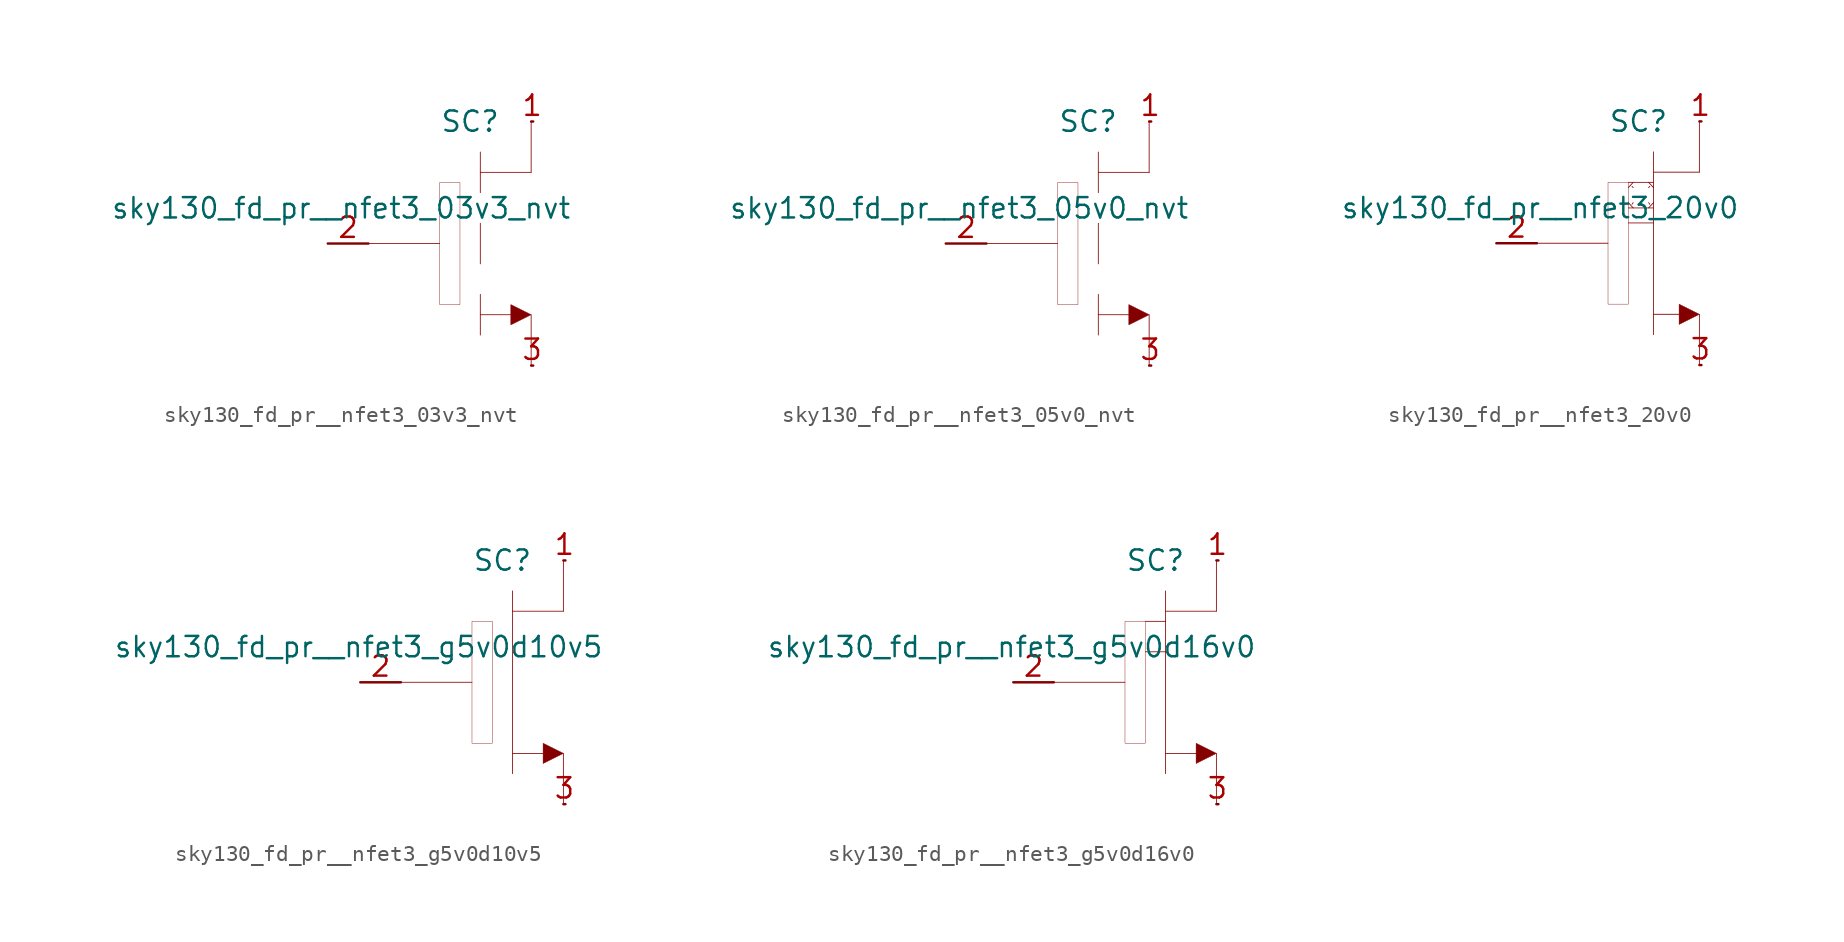
<source format=kicad_sym>
(kicad_symbol_lib
  (version 20211014)
  (generator kicad_symbol_editor)
  (symbol "sky130_fd_pr__nfet3_03v3_nvt"
    (pin_names hide)
    (property "Reference" "SC"
      (at 1.27 7.62 0)
      (effects (font (size 1.27 1.27))))
    (property "Value" "sky130_fd_pr__nfet3_03v3_nvt"
      (at 7.62 2.21 0)
      (effects (font (size 1.27 1.27)) (justify right)))
    (symbol "sky130_fd_pr__nfet3_03v3_nvt_0_0"
      (polyline (pts (xy -5.08 0) (xy -0.635 0)) (stroke (width 0.051) (type default) (color 0 0 0 0)) (fill (type none)))
      (polyline (pts (xy 1.905 -4.445) (xy 3.81 -4.445)) (stroke (width 0.051) (type default) (color 0 0 0 0)) (fill (type none)))
      (polyline (pts (xy 1.905 -3.175) (xy 1.905 -5.715)) (stroke (width 0.051) (type default) (color 0 0 0 0)) (fill (type none)))
      (polyline (pts (xy 1.905 1.27) (xy 1.905 -1.27)) (stroke (width 0.051) (type default) (color 0 0 0 0)) (fill (type none)))
      (polyline (pts (xy 1.905 4.445) (xy 5.08 4.445)) (stroke (width 0.051) (type default) (color 0 0 0 0)) (fill (type none)))
      (polyline (pts (xy 1.905 5.715) (xy 1.905 3.175)) (stroke (width 0.051) (type default) (color 0 0 0 0)) (fill (type none)))
      (polyline (pts (xy 5.08 -4.445) (xy 5.08 -7.62)) (stroke (width 0.051) (type default) (color 0 0 0 0)) (fill (type none)))
      (polyline (pts (xy 5.08 7.62) (xy 5.08 4.445)) (stroke (width 0.051) (type default) (color 0 0 0 0)) (fill (type none)))
      (polyline (pts (xy 3.81 -3.81) (xy 5.08 -4.445) (xy 3.81 -5.08) (xy 3.81 -3.81)) (stroke (width 0.025) (type default) (color 0 0 0 0)) (fill (type outline)))
      (polyline (pts (xy -0.635 -3.81) (xy -0.635 3.81) (xy 0.635 3.81) (xy 0.635 -3.81) (xy -0.635 -3.81)) (stroke (width 0.025) (type default) (color 0 0 0 0)) (fill (type none))))
    (symbol "sky130_fd_pr__nfet3_03v3_nvt_1_1"
      (pin bidirectional line (at 5.08 7.62 0) (length 0.127) (name "D" (effects (font (size 1.092 1.092)))) (number "1" (effects (font (size 1.27 1.27)))))
      (pin input line (at -7.62 0 0) (length 2.54) (name "G" (effects (font (size 1.092 1.092)))) (number "2" (effects (font (size 1.27 1.27)))))
      (pin bidirectional line (at 5.08 -7.62 0) (length 0.127) (name "S" (effects (font (size 1.092 1.092)))) (number "3" (effects (font (size 1.27 1.27)))))))
  (symbol "sky130_fd_pr__nfet3_05v0_nvt"
    (pin_names hide)
    (property "Reference" "SC"
      (at 1.27 7.62 0)
      (effects (font (size 1.27 1.27))))
    (property "Value" "sky130_fd_pr__nfet3_05v0_nvt"
      (at 7.62 2.21 0)
      (effects (font (size 1.27 1.27)) (justify right)))
    (symbol "sky130_fd_pr__nfet3_05v0_nvt_0_0"
      (polyline (pts (xy -5.08 0) (xy -0.635 0)) (stroke (width 0.051) (type default) (color 0 0 0 0)) (fill (type none)))
      (polyline (pts (xy 1.905 -4.445) (xy 3.81 -4.445)) (stroke (width 0.051) (type default) (color 0 0 0 0)) (fill (type none)))
      (polyline (pts (xy 1.905 -3.175) (xy 1.905 -5.715)) (stroke (width 0.051) (type default) (color 0 0 0 0)) (fill (type none)))
      (polyline (pts (xy 1.905 1.27) (xy 1.905 -1.27)) (stroke (width 0.051) (type default) (color 0 0 0 0)) (fill (type none)))
      (polyline (pts (xy 1.905 4.445) (xy 5.08 4.445)) (stroke (width 0.051) (type default) (color 0 0 0 0)) (fill (type none)))
      (polyline (pts (xy 1.905 5.715) (xy 1.905 3.175)) (stroke (width 0.051) (type default) (color 0 0 0 0)) (fill (type none)))
      (polyline (pts (xy 5.08 -4.445) (xy 5.08 -7.62)) (stroke (width 0.051) (type default) (color 0 0 0 0)) (fill (type none)))
      (polyline (pts (xy 5.08 7.62) (xy 5.08 4.445)) (stroke (width 0.051) (type default) (color 0 0 0 0)) (fill (type none)))
      (polyline (pts (xy 3.81 -3.81) (xy 5.08 -4.445) (xy 3.81 -5.08) (xy 3.81 -3.81)) (stroke (width 0.025) (type default) (color 0 0 0 0)) (fill (type outline)))
      (polyline (pts (xy -0.635 -3.81) (xy -0.635 3.81) (xy 0.635 3.81) (xy 0.635 -3.81) (xy -0.635 -3.81)) (stroke (width 0.025) (type default) (color 0 0 0 0)) (fill (type none))))
    (symbol "sky130_fd_pr__nfet3_05v0_nvt_1_1"
      (pin bidirectional line (at 5.08 7.62 0) (length 0.127) (name "D" (effects (font (size 1.092 1.092)))) (number "1" (effects (font (size 1.27 1.27)))))
      (pin input line (at -7.62 0 0) (length 2.54) (name "G" (effects (font (size 1.092 1.092)))) (number "2" (effects (font (size 1.27 1.27)))))
      (pin bidirectional line (at 5.08 -7.62 0) (length 0.127) (name "S" (effects (font (size 1.092 1.092)))) (number "3" (effects (font (size 1.27 1.27)))))))
  (symbol "sky130_fd_pr__nfet3_20v0"
    (pin_names hide)
    (property "Reference" "SC"
      (at 1.27 7.62 0)
      (effects (font (size 1.27 1.27))))
    (property "Value" "sky130_fd_pr__nfet3_20v0"
      (at 7.62 2.21 0)
      (effects (font (size 1.27 1.27)) (justify right)))
    (symbol "sky130_fd_pr__nfet3_20v0_0_0"
      (polyline (pts (xy -5.08 0) (xy -0.635 0)) (stroke (width 0.051) (type default) (color 0 0 0 0)) (fill (type none)))
      (polyline (pts (xy 0.635 1.27) (xy 2.21 1.27)) (stroke (width 0.051) (type default) (color 0 0 0 0)) (fill (type none)))
      (polyline (pts (xy 0.635 2.21) (xy 2.21 2.21)) (stroke (width 0.051) (type default) (color 0 0 0 0)) (fill (type none)))
      (polyline (pts (xy 0.635 2.54) (xy 0.94 2.21)) (stroke (width 0.051) (type default) (color 0 0 0 0)) (fill (type none)))
      (polyline (pts (xy 0.635 3.48) (xy 0.94 3.81)) (stroke (width 0.051) (type default) (color 0 0 0 0)) (fill (type none)))
      (polyline (pts (xy 0.635 3.81) (xy 2.21 3.81)) (stroke (width 0.051) (type default) (color 0 0 0 0)) (fill (type none)))
      (polyline (pts (xy 0.864 2.438) (xy 0.94 2.54)) (stroke (width 0.051) (type default) (color 0 0 0 0)) (fill (type none)))
      (polyline (pts (xy 0.864 3.556) (xy 0.94 3.48)) (stroke (width 0.051) (type default) (color 0 0 0 0)) (fill (type none)))
      (polyline (pts (xy 1.905 2.21) (xy 2.21 2.54)) (stroke (width 0.051) (type default) (color 0 0 0 0)) (fill (type none)))
      (polyline (pts (xy 1.905 2.54) (xy 1.981 2.438)) (stroke (width 0.051) (type default) (color 0 0 0 0)) (fill (type none)))
      (polyline (pts (xy 1.905 3.48) (xy 1.981 3.556)) (stroke (width 0.051) (type default) (color 0 0 0 0)) (fill (type none)))
      (polyline (pts (xy 1.905 3.81) (xy 2.21 3.48)) (stroke (width 0.051) (type default) (color 0 0 0 0)) (fill (type none)))
      (polyline (pts (xy 2.21 -4.445) (xy 3.81 -4.445)) (stroke (width 0.051) (type default) (color 0 0 0 0)) (fill (type none)))
      (polyline (pts (xy 2.21 4.445) (xy 5.08 4.445)) (stroke (width 0.051) (type default) (color 0 0 0 0)) (fill (type none)))
      (polyline (pts (xy 2.21 5.715) (xy 2.21 -5.715)) (stroke (width 0.051) (type default) (color 0 0 0 0)) (fill (type none)))
      (polyline (pts (xy 5.08 -4.445) (xy 5.08 -7.62)) (stroke (width 0.051) (type default) (color 0 0 0 0)) (fill (type none)))
      (polyline (pts (xy 5.08 7.62) (xy 5.08 4.445)) (stroke (width 0.051) (type default) (color 0 0 0 0)) (fill (type none)))
      (polyline (pts (xy 3.81 -3.81) (xy 5.08 -4.445) (xy 3.81 -5.08) (xy 3.81 -3.81)) (stroke (width 0.025) (type default) (color 0 0 0 0)) (fill (type outline)))
      (polyline (pts (xy -0.635 -3.81) (xy -0.635 3.81) (xy 0.635 3.81) (xy 0.635 -3.81) (xy -0.635 -3.81)) (stroke (width 0.025) (type default) (color 0 0 0 0)) (fill (type none))))
    (symbol "sky130_fd_pr__nfet3_20v0_1_1"
      (pin bidirectional line (at 5.08 7.62 0) (length 0.127) (name "S" (effects (font (size 1.092 1.092)))) (number "1" (effects (font (size 1.27 1.27)))))
      (pin input line (at -7.62 0 0) (length 2.54) (name "G" (effects (font (size 1.092 1.092)))) (number "2" (effects (font (size 1.27 1.27)))))
      (pin bidirectional line (at 5.08 -7.62 0) (length 0.127) (name "S" (effects (font (size 1.092 1.092)))) (number "3" (effects (font (size 1.27 1.27)))))))
  (symbol "sky130_fd_pr__nfet3_g5v0d10v5"
    (pin_names hide)
    (property "Reference" "SC"
      (at 1.27 7.62 0)
      (effects (font (size 1.27 1.27))))
    (property "Value" "sky130_fd_pr__nfet3_g5v0d10v5"
      (at 7.62 2.21 0)
      (effects (font (size 1.27 1.27)) (justify right)))
    (symbol "sky130_fd_pr__nfet3_g5v0d10v5_0_0"
      (polyline (pts (xy -5.08 0) (xy -0.635 0)) (stroke (width 0.051) (type default) (color 0 0 0 0)) (fill (type none)))
      (polyline (pts (xy 1.905 -4.445) (xy 3.81 -4.445)) (stroke (width 0.051) (type default) (color 0 0 0 0)) (fill (type none)))
      (polyline (pts (xy 1.905 4.445) (xy 5.08 4.445)) (stroke (width 0.051) (type default) (color 0 0 0 0)) (fill (type none)))
      (polyline (pts (xy 1.905 5.715) (xy 1.905 -5.715)) (stroke (width 0.051) (type default) (color 0 0 0 0)) (fill (type none)))
      (polyline (pts (xy 5.08 -4.445) (xy 5.08 -7.62)) (stroke (width 0.051) (type default) (color 0 0 0 0)) (fill (type none)))
      (polyline (pts (xy 5.08 7.62) (xy 5.08 4.445)) (stroke (width 0.051) (type default) (color 0 0 0 0)) (fill (type none)))
      (polyline (pts (xy 3.81 -3.81) (xy 5.08 -4.445) (xy 3.81 -5.08) (xy 3.81 -3.81)) (stroke (width 0.025) (type default) (color 0 0 0 0)) (fill (type outline)))
      (polyline (pts (xy -0.635 -3.81) (xy -0.635 3.81) (xy 0.635 3.81) (xy 0.635 -3.81) (xy -0.635 -3.81)) (stroke (width 0.025) (type default) (color 0 0 0 0)) (fill (type none))))
    (symbol "sky130_fd_pr__nfet3_g5v0d10v5_1_1"
      (pin bidirectional line (at 5.08 7.62 0) (length 0.127) (name "S" (effects (font (size 1.092 1.092)))) (number "1" (effects (font (size 1.27 1.27)))))
      (pin input line (at -7.62 0 0) (length 2.54) (name "G" (effects (font (size 1.092 1.092)))) (number "2" (effects (font (size 1.27 1.27)))))
      (pin bidirectional line (at 5.08 -7.62 0) (length 0.127) (name "S" (effects (font (size 1.092 1.092)))) (number "3" (effects (font (size 1.27 1.27)))))))
  (symbol "sky130_fd_pr__nfet3_g5v0d16v0"
    (pin_names hide)
    (property "Reference" "SC"
      (at 1.27 7.62 0)
      (effects (font (size 1.27 1.27))))
    (property "Value" "sky130_fd_pr__nfet3_g5v0d16v0"
      (at 7.62 2.21 0)
      (effects (font (size 1.27 1.27)) (justify right)))
    (symbol "sky130_fd_pr__nfet3_g5v0d16v0_0_0"
      (polyline (pts (xy -5.08 0) (xy -0.635 0)) (stroke (width 0.051) (type default) (color 0 0 0 0)) (fill (type none)))
      (polyline (pts (xy 0.635 1.905) (xy 1.905 1.905)) (stroke (width 0.051) (type default) (color 0 0 0 0)) (fill (type none)))
      (polyline (pts (xy 0.635 3.81) (xy 1.905 3.81)) (stroke (width 0.051) (type default) (color 0 0 0 0)) (fill (type none)))
      (polyline (pts (xy 1.905 -4.445) (xy 3.81 -4.445)) (stroke (width 0.051) (type default) (color 0 0 0 0)) (fill (type none)))
      (polyline (pts (xy 1.905 4.445) (xy 5.08 4.445)) (stroke (width 0.051) (type default) (color 0 0 0 0)) (fill (type none)))
      (polyline (pts (xy 1.905 5.715) (xy 1.905 -5.715)) (stroke (width 0.051) (type default) (color 0 0 0 0)) (fill (type none)))
      (polyline (pts (xy 5.08 -4.445) (xy 5.08 -7.62)) (stroke (width 0.051) (type default) (color 0 0 0 0)) (fill (type none)))
      (polyline (pts (xy 5.08 7.62) (xy 5.08 4.445)) (stroke (width 0.051) (type default) (color 0 0 0 0)) (fill (type none)))
      (polyline (pts (xy 3.81 -3.81) (xy 5.08 -4.445) (xy 3.81 -5.08) (xy 3.81 -3.81)) (stroke (width 0.025) (type default) (color 0 0 0 0)) (fill (type outline)))
      (polyline (pts (xy -0.635 -3.81) (xy -0.635 3.81) (xy 0.635 3.81) (xy 0.635 -3.81) (xy -0.635 -3.81)) (stroke (width 0.025) (type default) (color 0 0 0 0)) (fill (type none))))
    (symbol "sky130_fd_pr__nfet3_g5v0d16v0_1_1"
      (pin bidirectional line (at 5.08 7.62 0) (length 0.127) (name "D" (effects (font (size 1.092 1.092)))) (number "1" (effects (font (size 1.27 1.27)))))
      (pin input line (at -7.62 0 0) (length 2.54) (name "G" (effects (font (size 1.092 1.092)))) (number "2" (effects (font (size 1.27 1.27)))))
      (pin bidirectional line (at 5.08 -7.62 0) (length 0.127) (name "S" (effects (font (size 1.092 1.092)))) (number "3" (effects (font (size 1.27 1.27))))))))
</source>
